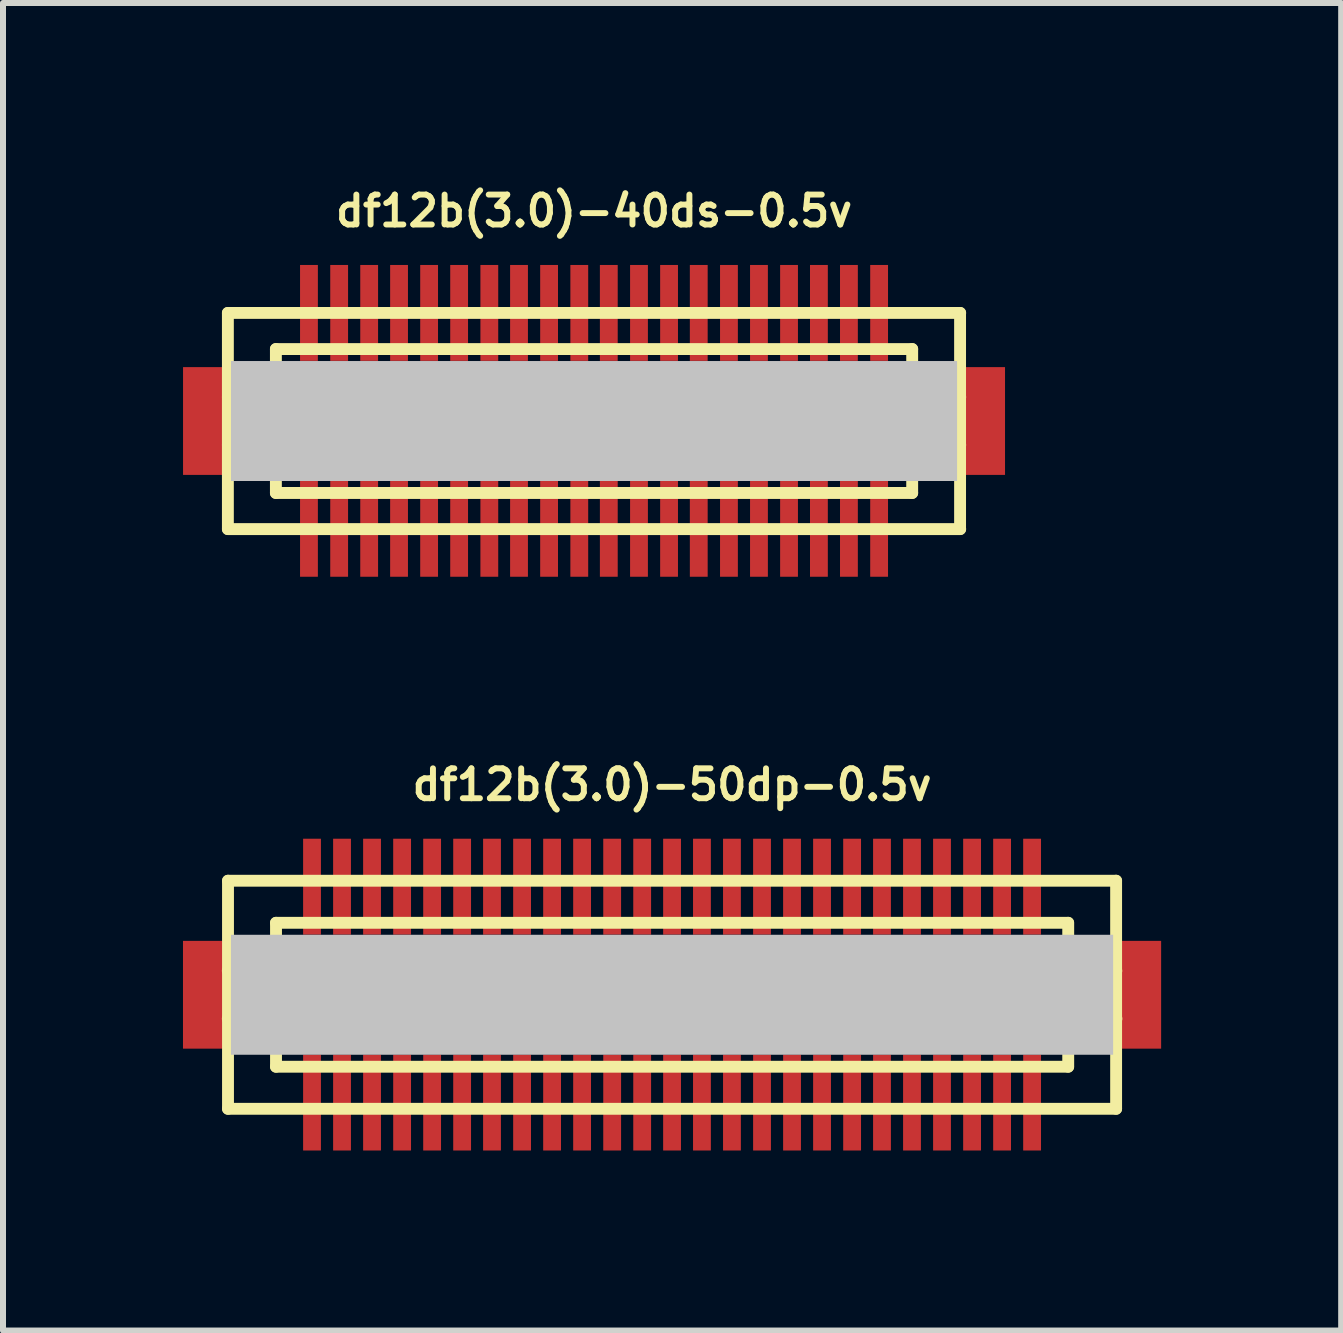
<source format=kicad_pcb>
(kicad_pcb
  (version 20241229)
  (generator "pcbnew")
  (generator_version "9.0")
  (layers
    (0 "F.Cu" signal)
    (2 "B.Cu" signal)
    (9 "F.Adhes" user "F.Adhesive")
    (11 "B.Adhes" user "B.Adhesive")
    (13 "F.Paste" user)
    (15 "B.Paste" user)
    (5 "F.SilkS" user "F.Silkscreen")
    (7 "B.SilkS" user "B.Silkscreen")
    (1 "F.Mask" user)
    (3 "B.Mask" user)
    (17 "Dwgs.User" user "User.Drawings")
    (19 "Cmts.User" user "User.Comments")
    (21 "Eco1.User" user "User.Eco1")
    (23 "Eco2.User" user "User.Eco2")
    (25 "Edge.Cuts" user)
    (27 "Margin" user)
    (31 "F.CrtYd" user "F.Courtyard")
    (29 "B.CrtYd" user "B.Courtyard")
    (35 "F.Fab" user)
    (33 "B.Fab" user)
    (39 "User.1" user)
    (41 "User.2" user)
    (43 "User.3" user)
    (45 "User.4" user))
  (footprint "df12b(3.0)-40ds-0.5v"
    (layer "F.Cu")
    (at 6.848 3.965)
    (property "Reference" "df12b(3.0)-40ds-0.5v" (at 0 -3.5 0) (layer "F.SilkS") (effects (font (size 0.498 0.498) (thickness 0.099))))
    (attr smd)
    (fp_line (start -6.101 -1.801) (end 6.101 -1.801) (stroke (width 0.198) (type solid)) (layer "F.SilkS"))
    (fp_line (start -6.101 1.801) (end -6.101 -1.801) (stroke (width 0.198) (type solid)) (layer "F.SilkS"))
    (fp_line (start -5.301 -0.701) (end 5.301 -0.701) (stroke (width 0.198) (type solid)) (layer "F.SilkS"))
    (fp_line (start -5.301 -0.399) (end -6.101 -0.399) (stroke (width 0.198) (type solid)) (layer "F.SilkS"))
    (fp_line (start -5.301 0.399) (end -6.101 0.399) (stroke (width 0.198) (type solid)) (layer "F.SilkS"))
    (fp_line (start -5.301 1.199) (end -5.301 -1.199) (stroke (width 0.198) (type solid)) (layer "F.SilkS"))
    (fp_line (start -5.301 1.199) (end 5.301 1.199) (stroke (width 0.198) (type solid)) (layer "F.SilkS"))
    (fp_line (start 5.301 -1.199) (end -5.301 -1.199) (stroke (width 0.198) (type solid)) (layer "F.SilkS"))
    (fp_line (start 5.301 -1.199) (end 5.301 1.199) (stroke (width 0.198) (type solid)) (layer "F.SilkS"))
    (fp_line (start 5.301 -0.399) (end 6.101 -0.399) (stroke (width 0.198) (type solid)) (layer "F.SilkS"))
    (fp_line (start 5.301 0.701) (end -5.301 0.701) (stroke (width 0.198) (type solid)) (layer "F.SilkS"))
    (fp_line (start 6.099 -1.801) (end 6.099 1.801) (stroke (width 0.198) (type solid)) (layer "F.SilkS"))
    (fp_line (start 6.101 0.399) (end 5.301 0.399) (stroke (width 0.198) (type solid)) (layer "F.SilkS"))
    (fp_line (start 6.101 1.801) (end -6.101 1.801) (stroke (width 0.198) (type solid)) (layer "F.SilkS"))
    (pad "" smd rect (at -6.449 0) (size 0.798 1.796) (layers "F.Cu" "F.Mask" "F.Paste"))
    (pad "" smd rect (at 0 0) (size 12.098 1.999) (layers "Dwgs.User"))
    (pad "" smd rect (at 6.449 0) (size 0.798 1.796) (layers "F.Cu" "F.Mask" "F.Paste"))
    (pad "1" smd rect (at -4.75 1.796) (size 0.297 1.598) (layers "F.Cu" "F.Mask" "F.Paste"))
    (pad "2" smd rect (at -4.247 1.796) (size 0.297 1.598) (layers "F.Cu" "F.Mask" "F.Paste"))
    (pad "3" smd rect (at -3.747 1.796) (size 0.297 1.598) (layers "F.Cu" "F.Mask" "F.Paste"))
    (pad "4" smd rect (at -3.249 1.796) (size 0.297 1.598) (layers "F.Cu" "F.Mask" "F.Paste"))
    (pad "5" smd rect (at -2.748 1.796) (size 0.297 1.598) (layers "F.Cu" "F.Mask" "F.Paste"))
    (pad "6" smd rect (at -2.248 1.796) (size 0.297 1.598) (layers "F.Cu" "F.Mask" "F.Paste"))
    (pad "7" smd rect (at -1.745 1.796) (size 0.297 1.598) (layers "F.Cu" "F.Mask" "F.Paste"))
    (pad "8" smd rect (at -1.25 1.796) (size 0.297 1.598) (layers "F.Cu" "F.Mask" "F.Paste"))
    (pad "9" smd rect (at -0.749 1.796) (size 0.297 1.598) (layers "F.Cu" "F.Mask" "F.Paste"))
    (pad "10" smd rect (at -0.246 1.796) (size 0.297 1.598) (layers "F.Cu" "F.Mask" "F.Paste"))
    (pad "11" smd rect (at 0.246 1.796) (size 0.297 1.598) (layers "F.Cu" "F.Mask" "F.Paste"))
    (pad "12" smd rect (at 0.749 1.796) (size 0.297 1.598) (layers "F.Cu" "F.Mask" "F.Paste"))
    (pad "13" smd rect (at 1.25 1.796) (size 0.297 1.598) (layers "F.Cu" "F.Mask" "F.Paste"))
    (pad "14" smd rect (at 1.745 1.796) (size 0.297 1.598) (layers "F.Cu" "F.Mask" "F.Paste"))
    (pad "15" smd rect (at 2.248 1.796) (size 0.297 1.598) (layers "F.Cu" "F.Mask" "F.Paste"))
    (pad "16" smd rect (at 2.748 1.796) (size 0.297 1.598) (layers "F.Cu" "F.Mask" "F.Paste"))
    (pad "17" smd rect (at 3.249 1.796) (size 0.297 1.598) (layers "F.Cu" "F.Mask" "F.Paste"))
    (pad "18" smd rect (at 3.747 1.796) (size 0.297 1.598) (layers "F.Cu" "F.Mask" "F.Paste"))
    (pad "19" smd rect (at 4.247 1.796) (size 0.297 1.598) (layers "F.Cu" "F.Mask" "F.Paste"))
    (pad "20" smd rect (at 4.75 1.796) (size 0.297 1.598) (layers "F.Cu" "F.Mask" "F.Paste"))
    (pad "21" smd rect (at 4.75 -1.801) (size 0.297 1.598) (layers "F.Cu" "F.Mask" "F.Paste"))
    (pad "22" smd rect (at 4.247 -1.801) (size 0.297 1.598) (layers "F.Cu" "F.Mask" "F.Paste"))
    (pad "23" smd rect (at 3.747 -1.801) (size 0.297 1.598) (layers "F.Cu" "F.Mask" "F.Paste"))
    (pad "24" smd rect (at 3.249 -1.801) (size 0.297 1.598) (layers "F.Cu" "F.Mask" "F.Paste"))
    (pad "25" smd rect (at 2.748 -1.801) (size 0.297 1.598) (layers "F.Cu" "F.Mask" "F.Paste"))
    (pad "26" smd rect (at 2.248 -1.801) (size 0.297 1.598) (layers "F.Cu" "F.Mask" "F.Paste"))
    (pad "27" smd rect (at 1.745 -1.801) (size 0.297 1.598) (layers "F.Cu" "F.Mask" "F.Paste"))
    (pad "28" smd rect (at 1.25 -1.801) (size 0.297 1.598) (layers "F.Cu" "F.Mask" "F.Paste"))
    (pad "29" smd rect (at 0.749 -1.801) (size 0.297 1.598) (layers "F.Cu" "F.Mask" "F.Paste"))
    (pad "30" smd rect (at 0.246 -1.801) (size 0.297 1.598) (layers "F.Cu" "F.Mask" "F.Paste"))
    (pad "31" smd rect (at -0.246 -1.801) (size 0.297 1.598) (layers "F.Cu" "F.Mask" "F.Paste"))
    (pad "32" smd rect (at -0.749 -1.801) (size 0.297 1.598) (layers "F.Cu" "F.Mask" "F.Paste"))
    (pad "33" smd rect (at -1.25 -1.801) (size 0.297 1.598) (layers "F.Cu" "F.Mask" "F.Paste"))
    (pad "34" smd rect (at -1.745 -1.801) (size 0.297 1.598) (layers "F.Cu" "F.Mask" "F.Paste"))
    (pad "35" smd rect (at -2.248 -1.801) (size 0.297 1.598) (layers "F.Cu" "F.Mask" "F.Paste"))
    (pad "36" smd rect (at -2.748 -1.801) (size 0.297 1.598) (layers "F.Cu" "F.Mask" "F.Paste"))
    (pad "37" smd rect (at -3.249 -1.801) (size 0.297 1.598) (layers "F.Cu" "F.Mask" "F.Paste"))
    (pad "38" smd rect (at -3.747 -1.801) (size 0.297 1.598) (layers "F.Cu" "F.Mask" "F.Paste"))
    (pad "39" smd rect (at -4.247 -1.801) (size 0.297 1.598) (layers "F.Cu" "F.Mask" "F.Paste"))
    (pad "40" smd rect (at -4.75 -1.801) (size 0.297 1.598) (layers "F.Cu" "F.Mask" "F.Paste")))
  (footprint "df12b(3.0)-50dp-0.5v"
    (layer "F.Cu")
    (at 8.148 13.525)
    (property "Reference" "df12b(3.0)-50dp-0.5v" (at 0 -3.5 0) (layer "F.SilkS") (effects (font (size 0.498 0.498) (thickness 0.099))))
    (attr smd)
    (fp_line (start -7.399 -1.9) (end -7.399 1.9) (stroke (width 0.198) (type solid)) (layer "F.SilkS"))
    (fp_line (start -7.399 1.9) (end 7.399 1.9) (stroke (width 0.198) (type solid)) (layer "F.SilkS"))
    (fp_line (start -6.601 -0.399) (end -7.402 -0.399) (stroke (width 0.198) (type solid)) (layer "F.SilkS"))
    (fp_line (start -6.601 0.399) (end -7.402 0.399) (stroke (width 0.198) (type solid)) (layer "F.SilkS"))
    (fp_line (start -6.599 -1.199) (end 6.599 -1.199) (stroke (width 0.198) (type solid)) (layer "F.SilkS"))
    (fp_line (start -6.599 1.199) (end -6.599 -1.199) (stroke (width 0.198) (type solid)) (layer "F.SilkS"))
    (fp_line (start 6.599 1.199) (end -6.599 1.199) (stroke (width 0.198) (type solid)) (layer "F.SilkS"))
    (fp_line (start 6.601 -1.199) (end 6.601 1.199) (stroke (width 0.198) (type solid)) (layer "F.SilkS"))
    (fp_line (start 6.601 -0.399) (end 7.402 -0.399) (stroke (width 0.198) (type solid)) (layer "F.SilkS"))
    (fp_line (start 7.399 -1.9) (end -7.399 -1.9) (stroke (width 0.198) (type solid)) (layer "F.SilkS"))
    (fp_line (start 7.399 1.9) (end 7.399 -1.9) (stroke (width 0.198) (type solid)) (layer "F.SilkS"))
    (fp_line (start 7.404 0.399) (end 6.604 0.399) (stroke (width 0.198) (type solid)) (layer "F.SilkS"))
    (pad "" smd rect (at -7.75 0) (size 0.798 1.796) (layers "F.Cu" "F.Mask" "F.Paste"))
    (pad "" smd rect (at 0 0) (size 14.699 1.999) (layers "Dwgs.User"))
    (pad "" smd rect (at 7.75 0) (size 0.798 1.796) (layers "F.Cu" "F.Mask" "F.Paste"))
    (pad "1" smd rect (at 5.999 1.796) (size 0.297 1.598) (layers "F.Cu" "F.Mask" "F.Paste"))
    (pad "2" smd rect (at 5.499 1.796) (size 0.297 1.598) (layers "F.Cu" "F.Mask" "F.Paste"))
    (pad "3" smd rect (at 4.999 1.796) (size 0.297 1.598) (layers "F.Cu" "F.Mask" "F.Paste"))
    (pad "4" smd rect (at 4.498 1.796) (size 0.297 1.598) (layers "F.Cu" "F.Mask" "F.Paste"))
    (pad "5" smd rect (at 3.998 1.796) (size 0.297 1.598) (layers "F.Cu" "F.Mask" "F.Paste"))
    (pad "6" smd rect (at 3.498 1.796) (size 0.297 1.598) (layers "F.Cu" "F.Mask" "F.Paste"))
    (pad "7" smd rect (at 3 1.796) (size 0.297 1.598) (layers "F.Cu" "F.Mask" "F.Paste"))
    (pad "8" smd rect (at 2.499 1.796) (size 0.297 1.598) (layers "F.Cu" "F.Mask" "F.Paste"))
    (pad "9" smd rect (at 1.999 1.796) (size 0.297 1.598) (layers "F.Cu" "F.Mask" "F.Paste"))
    (pad "10" smd rect (at 1.499 1.796) (size 0.297 1.598) (layers "F.Cu" "F.Mask" "F.Paste"))
    (pad "11" smd rect (at 0.998 1.796) (size 0.297 1.598) (layers "F.Cu" "F.Mask" "F.Paste"))
    (pad "12" smd rect (at 0.498 1.796) (size 0.297 1.598) (layers "F.Cu" "F.Mask" "F.Paste"))
    (pad "13" smd rect (at 0 1.796) (size 0.297 1.598) (layers "F.Cu" "F.Mask" "F.Paste"))
    (pad "14" smd rect (at -0.498 1.796) (size 0.297 1.598) (layers "F.Cu" "F.Mask" "F.Paste"))
    (pad "15" smd rect (at -0.998 1.796) (size 0.297 1.598) (layers "F.Cu" "F.Mask" "F.Paste"))
    (pad "16" smd rect (at -1.499 1.796) (size 0.297 1.598) (layers "F.Cu" "F.Mask" "F.Paste"))
    (pad "17" smd rect (at -1.999 1.796) (size 0.297 1.598) (layers "F.Cu" "F.Mask" "F.Paste"))
    (pad "18" smd rect (at -2.499 1.796) (size 0.297 1.598) (layers "F.Cu" "F.Mask" "F.Paste"))
    (pad "19" smd rect (at -3 1.796) (size 0.297 1.598) (layers "F.Cu" "F.Mask" "F.Paste"))
    (pad "20" smd rect (at -3.498 1.796) (size 0.297 1.598) (layers "F.Cu" "F.Mask" "F.Paste"))
    (pad "21" smd rect (at -3.998 1.796) (size 0.297 1.598) (layers "F.Cu" "F.Mask" "F.Paste"))
    (pad "22" smd rect (at -4.498 1.796) (size 0.297 1.598) (layers "F.Cu" "F.Mask" "F.Paste"))
    (pad "23" smd rect (at -4.999 1.796) (size 0.297 1.598) (layers "F.Cu" "F.Mask" "F.Paste"))
    (pad "24" smd rect (at -5.499 1.796) (size 0.297 1.598) (layers "F.Cu" "F.Mask" "F.Paste"))
    (pad "25" smd rect (at -5.999 1.796) (size 0.297 1.598) (layers "F.Cu" "F.Mask" "F.Paste"))
    (pad "26" smd rect (at -5.999 -1.801) (size 0.297 1.598) (layers "F.Cu" "F.Mask" "F.Paste"))
    (pad "27" smd rect (at -5.499 -1.801) (size 0.297 1.598) (layers "F.Cu" "F.Mask" "F.Paste"))
    (pad "28" smd rect (at -4.999 -1.801) (size 0.297 1.598) (layers "F.Cu" "F.Mask" "F.Paste"))
    (pad "29" smd rect (at -4.498 -1.801) (size 0.297 1.598) (layers "F.Cu" "F.Mask" "F.Paste"))
    (pad "30" smd rect (at -3.998 -1.801) (size 0.297 1.598) (layers "F.Cu" "F.Mask" "F.Paste"))
    (pad "31" smd rect (at -3.498 -1.801) (size 0.297 1.598) (layers "F.Cu" "F.Mask" "F.Paste"))
    (pad "32" smd rect (at -3 -1.801) (size 0.297 1.598) (layers "F.Cu" "F.Mask" "F.Paste"))
    (pad "33" smd rect (at -2.499 -1.801) (size 0.297 1.598) (layers "F.Cu" "F.Mask" "F.Paste"))
    (pad "34" smd rect (at -1.999 -1.801) (size 0.297 1.598) (layers "F.Cu" "F.Mask" "F.Paste"))
    (pad "35" smd rect (at -1.499 -1.801) (size 0.297 1.598) (layers "F.Cu" "F.Mask" "F.Paste"))
    (pad "36" smd rect (at -0.998 -1.801) (size 0.297 1.598) (layers "F.Cu" "F.Mask" "F.Paste"))
    (pad "37" smd rect (at -0.498 -1.801) (size 0.297 1.598) (layers "F.Cu" "F.Mask" "F.Paste"))
    (pad "38" smd rect (at 0 -1.801) (size 0.297 1.598) (layers "F.Cu" "F.Mask" "F.Paste"))
    (pad "39" smd rect (at 0.498 -1.801) (size 0.297 1.598) (layers "F.Cu" "F.Mask" "F.Paste"))
    (pad "40" smd rect (at 0.998 -1.801) (size 0.297 1.598) (layers "F.Cu" "F.Mask" "F.Paste"))
    (pad "41" smd rect (at 1.499 -1.801) (size 0.297 1.598) (layers "F.Cu" "F.Mask" "F.Paste"))
    (pad "42" smd rect (at 1.999 -1.801) (size 0.297 1.598) (layers "F.Cu" "F.Mask" "F.Paste"))
    (pad "43" smd rect (at 2.499 -1.801) (size 0.297 1.598) (layers "F.Cu" "F.Mask" "F.Paste"))
    (pad "44" smd rect (at 3 -1.801) (size 0.297 1.598) (layers "F.Cu" "F.Mask" "F.Paste"))
    (pad "45" smd rect (at 3.498 -1.801) (size 0.297 1.598) (layers "F.Cu" "F.Mask" "F.Paste"))
    (pad "46" smd rect (at 3.998 -1.801) (size 0.297 1.598) (layers "F.Cu" "F.Mask" "F.Paste"))
    (pad "47" smd rect (at 4.498 -1.801) (size 0.297 1.598) (layers "F.Cu" "F.Mask" "F.Paste"))
    (pad "48" smd rect (at 4.999 -1.801) (size 0.297 1.598) (layers "F.Cu" "F.Mask" "F.Paste"))
    (pad "49" smd rect (at 5.499 -1.801) (size 0.297 1.598) (layers "F.Cu" "F.Mask" "F.Paste"))
    (pad "50" smd rect (at 5.999 -1.801) (size 0.297 1.598) (layers "F.Cu" "F.Mask" "F.Paste")))
  (gr_rect
    (start -3 -3)
    (end 19.297 19.12)
    (stroke (width 0.1) (type default))
    (fill no)
    (layer "Edge.Cuts")))
</source>
